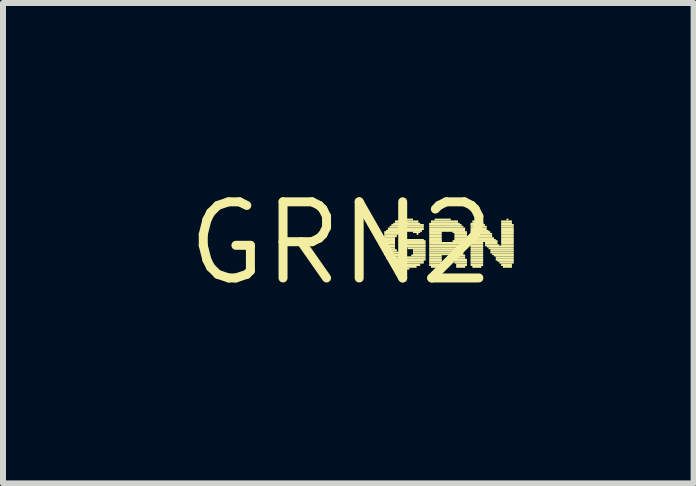
<source format=kicad_pcb>
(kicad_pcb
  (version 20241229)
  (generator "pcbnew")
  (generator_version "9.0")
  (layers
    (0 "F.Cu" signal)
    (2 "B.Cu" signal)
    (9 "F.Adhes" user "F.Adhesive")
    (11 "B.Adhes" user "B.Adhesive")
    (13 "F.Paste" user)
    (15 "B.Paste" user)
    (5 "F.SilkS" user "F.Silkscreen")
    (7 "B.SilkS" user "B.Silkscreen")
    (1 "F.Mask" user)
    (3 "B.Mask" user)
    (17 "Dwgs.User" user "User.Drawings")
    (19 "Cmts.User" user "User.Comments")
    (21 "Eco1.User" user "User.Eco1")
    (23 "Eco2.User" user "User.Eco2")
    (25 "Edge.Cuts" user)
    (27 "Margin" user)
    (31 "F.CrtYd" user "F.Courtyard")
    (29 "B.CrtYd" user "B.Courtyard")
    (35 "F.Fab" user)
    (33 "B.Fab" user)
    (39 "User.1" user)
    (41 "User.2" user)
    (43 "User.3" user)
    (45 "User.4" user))
  (footprint "GRN2"
    (layer "F.Cu")
    (at 2.638 1.006)
    (property "Reference" "GRN2" (at 0 0 0) (layer "F.SilkS") (effects (font (size 1.27 1.27) (thickness 0.15))))
    (attr through_hole)
    (fp_poly (pts (xy 0.69 -0.07) (xy 0.9 -0.07) (xy 0.9 -0.1) (xy 0.69 -0.1)) (stroke (width 0) (type solid)) (fill yes) (layer "F.SilkS"))
    (fp_poly (pts (xy 0.69 -0.04) (xy 0.9 -0.04) (xy 0.9 -0.07) (xy 0.69 -0.07)) (stroke (width 0) (type solid)) (fill yes) (layer "F.SilkS"))
    (fp_poly (pts (xy 0.69 -0.02) (xy 0.9 -0.02) (xy 0.9 -0.05) (xy 0.69 -0.05)) (stroke (width 0) (type solid)) (fill yes) (layer "F.SilkS"))
    (fp_poly (pts (xy 0.69 0.02) (xy 0.9 0.02) (xy 0.9 -0.02) (xy 0.69 -0.02)) (stroke (width 0) (type solid)) (fill yes) (layer "F.SilkS"))
    (fp_poly (pts (xy 0.69 0.05) (xy 0.9 0.05) (xy 0.9 0.02) (xy 0.69 0.02)) (stroke (width 0) (type solid)) (fill yes) (layer "F.SilkS"))
    (fp_poly (pts (xy 0.69 0.07) (xy 0.9 0.07) (xy 0.9 0.04) (xy 0.69 0.04)) (stroke (width 0) (type solid)) (fill yes) (layer "F.SilkS"))
    (fp_poly (pts (xy 0.69 0.1) (xy 0.9 0.1) (xy 0.9 0.07) (xy 0.69 0.07)) (stroke (width 0) (type solid)) (fill yes) (layer "F.SilkS"))
    (fp_poly (pts (xy 0.72 -0.17) (xy 0.99 -0.17) (xy 0.99 -0.2) (xy 0.72 -0.2)) (stroke (width 0) (type solid)) (fill yes) (layer "F.SilkS"))
    (fp_poly (pts (xy 0.72 -0.14) (xy 0.96 -0.14) (xy 0.96 -0.17) (xy 0.72 -0.17)) (stroke (width 0) (type solid)) (fill yes) (layer "F.SilkS"))
    (fp_poly (pts (xy 0.72 -0.1) (xy 0.93 -0.1) (xy 0.93 -0.14) (xy 0.72 -0.14)) (stroke (width 0) (type solid)) (fill yes) (layer "F.SilkS"))
    (fp_poly (pts (xy 0.72 0.14) (xy 0.93 0.14) (xy 0.93 0.1) (xy 0.72 0.1)) (stroke (width 0) (type solid)) (fill yes) (layer "F.SilkS"))
    (fp_poly (pts (xy 0.72 0.17) (xy 0.96 0.17) (xy 0.96 0.14) (xy 0.72 0.14)) (stroke (width 0) (type solid)) (fill yes) (layer "F.SilkS"))
    (fp_poly (pts (xy 0.72 0.2) (xy 0.99 0.2) (xy 0.99 0.17) (xy 0.72 0.17)) (stroke (width 0) (type solid)) (fill yes) (layer "F.SilkS"))
    (fp_poly (pts (xy 0.75 -0.19) (xy 1.35 -0.19) (xy 1.35 -0.22) (xy 0.75 -0.22)) (stroke (width 0) (type solid)) (fill yes) (layer "F.SilkS"))
    (fp_poly (pts (xy 0.75 0.22) (xy 1.05 0.22) (xy 1.05 0.19) (xy 0.75 0.19)) (stroke (width 0) (type solid)) (fill yes) (layer "F.SilkS"))
    (fp_poly (pts (xy 0.75 0.26) (xy 1.41 0.26) (xy 1.41 0.22) (xy 0.75 0.22)) (stroke (width 0) (type solid)) (fill yes) (layer "F.SilkS"))
    (fp_poly (pts (xy 0.78 -0.22) (xy 1.38 -0.22) (xy 1.38 -0.26) (xy 0.78 -0.26)) (stroke (width 0) (type solid)) (fill yes) (layer "F.SilkS"))
    (fp_poly (pts (xy 0.78 0.29) (xy 1.41 0.29) (xy 1.41 0.26) (xy 0.78 0.26)) (stroke (width 0) (type solid)) (fill yes) (layer "F.SilkS"))
    (fp_poly (pts (xy 0.81 -0.26) (xy 1.38 -0.26) (xy 1.38 -0.29) (xy 0.81 -0.29)) (stroke (width 0) (type solid)) (fill yes) (layer "F.SilkS"))
    (fp_poly (pts (xy 0.81 0.31) (xy 1.38 0.31) (xy 1.38 0.28) (xy 0.81 0.28)) (stroke (width 0) (type solid)) (fill yes) (layer "F.SilkS"))
    (fp_poly (pts (xy 0.84 -0.29) (xy 1.38 -0.29) (xy 1.38 -0.32) (xy 0.84 -0.32)) (stroke (width 0) (type solid)) (fill yes) (layer "F.SilkS"))
    (fp_poly (pts (xy 0.84 0.34) (xy 1.38 0.34) (xy 1.38 0.31) (xy 0.84 0.31)) (stroke (width 0) (type solid)) (fill yes) (layer "F.SilkS"))
    (fp_poly (pts (xy 0.87 -0.31) (xy 1.32 -0.31) (xy 1.32 -0.34) (xy 0.87 -0.34)) (stroke (width 0) (type solid)) (fill yes) (layer "F.SilkS"))
    (fp_poly (pts (xy 0.9 -0.34) (xy 1.29 -0.34) (xy 1.29 -0.38) (xy 0.9 -0.38)) (stroke (width 0) (type solid)) (fill yes) (layer "F.SilkS"))
    (fp_poly (pts (xy 0.9 0.38) (xy 1.32 0.38) (xy 1.32 0.34) (xy 0.9 0.34)) (stroke (width 0) (type solid)) (fill yes) (layer "F.SilkS"))
    (fp_poly (pts (xy 0.96 0.41) (xy 1.26 0.41) (xy 1.26 0.38) (xy 0.96 0.38)) (stroke (width 0) (type solid)) (fill yes) (layer "F.SilkS"))
    (fp_poly (pts (xy 0.99 -0.38) (xy 1.2 -0.38) (xy 1.2 -0.41) (xy 0.99 -0.41)) (stroke (width 0) (type solid)) (fill yes) (layer "F.SilkS"))
    (fp_poly (pts (xy 1.05 -0.02) (xy 1.41 -0.02) (xy 1.41 -0.05) (xy 1.05 -0.05)) (stroke (width 0) (type solid)) (fill yes) (layer "F.SilkS"))
    (fp_poly (pts (xy 1.05 0.02) (xy 1.41 0.02) (xy 1.41 -0.02) (xy 1.05 -0.02)) (stroke (width 0) (type solid)) (fill yes) (layer "F.SilkS"))
    (fp_poly (pts (xy 1.05 0.05) (xy 1.41 0.05) (xy 1.41 0.02) (xy 1.05 0.02)) (stroke (width 0) (type solid)) (fill yes) (layer "F.SilkS"))
    (fp_poly (pts (xy 1.05 0.07) (xy 1.41 0.07) (xy 1.41 0.04) (xy 1.05 0.04)) (stroke (width 0) (type solid)) (fill yes) (layer "F.SilkS"))
    (fp_poly (pts (xy 1.08 -0.04) (xy 1.38 -0.04) (xy 1.38 -0.07) (xy 1.08 -0.07)) (stroke (width 0) (type solid)) (fill yes) (layer "F.SilkS"))
    (fp_poly (pts (xy 1.08 0.44) (xy 1.14 0.44) (xy 1.14 0.41) (xy 1.08 0.41)) (stroke (width 0) (type solid)) (fill yes) (layer "F.SilkS"))
    (fp_poly (pts (xy 1.11 0.1) (xy 1.41 0.1) (xy 1.41 0.07) (xy 1.11 0.07)) (stroke (width 0) (type solid)) (fill yes) (layer "F.SilkS"))
    (fp_poly (pts (xy 1.17 0.22) (xy 1.41 0.22) (xy 1.41 0.19) (xy 1.17 0.19)) (stroke (width 0) (type solid)) (fill yes) (layer "F.SilkS"))
    (fp_poly (pts (xy 1.2 -0.17) (xy 1.32 -0.17) (xy 1.32 -0.2) (xy 1.2 -0.2)) (stroke (width 0) (type solid)) (fill yes) (layer "F.SilkS"))
    (fp_poly (pts (xy 1.2 0.14) (xy 1.41 0.14) (xy 1.41 0.1) (xy 1.2 0.1)) (stroke (width 0) (type solid)) (fill yes) (layer "F.SilkS"))
    (fp_poly (pts (xy 1.2 0.17) (xy 1.41 0.17) (xy 1.41 0.14) (xy 1.2 0.14)) (stroke (width 0) (type solid)) (fill yes) (layer "F.SilkS"))
    (fp_poly (pts (xy 1.2 0.2) (xy 1.41 0.2) (xy 1.41 0.17) (xy 1.2 0.17)) (stroke (width 0) (type solid)) (fill yes) (layer "F.SilkS"))
    (fp_poly (pts (xy 1.26 -0.14) (xy 1.29 -0.14) (xy 1.29 -0.17) (xy 1.26 -0.17)) (stroke (width 0) (type solid)) (fill yes) (layer "F.SilkS"))
    (fp_poly (pts (xy 1.47 -0.31) (xy 1.98 -0.31) (xy 1.98 -0.34) (xy 1.47 -0.34)) (stroke (width 0) (type solid)) (fill yes) (layer "F.SilkS"))
    (fp_poly (pts (xy 1.47 -0.29) (xy 2.01 -0.29) (xy 2.01 -0.32) (xy 1.47 -0.32)) (stroke (width 0) (type solid)) (fill yes) (layer "F.SilkS"))
    (fp_poly (pts (xy 1.47 -0.26) (xy 2.04 -0.26) (xy 2.04 -0.29) (xy 1.47 -0.29)) (stroke (width 0) (type solid)) (fill yes) (layer "F.SilkS"))
    (fp_poly (pts (xy 1.47 -0.22) (xy 2.07 -0.22) (xy 2.07 -0.26) (xy 1.47 -0.26)) (stroke (width 0) (type solid)) (fill yes) (layer "F.SilkS"))
    (fp_poly (pts (xy 1.47 -0.19) (xy 2.07 -0.19) (xy 2.07 -0.22) (xy 1.47 -0.22)) (stroke (width 0) (type solid)) (fill yes) (layer "F.SilkS"))
    (fp_poly (pts (xy 1.47 -0.17) (xy 1.68 -0.17) (xy 1.68 -0.2) (xy 1.47 -0.2)) (stroke (width 0) (type solid)) (fill yes) (layer "F.SilkS"))
    (fp_poly (pts (xy 1.47 -0.14) (xy 1.68 -0.14) (xy 1.68 -0.17) (xy 1.47 -0.17)) (stroke (width 0) (type solid)) (fill yes) (layer "F.SilkS"))
    (fp_poly (pts (xy 1.47 -0.1) (xy 1.68 -0.1) (xy 1.68 -0.14) (xy 1.47 -0.14)) (stroke (width 0) (type solid)) (fill yes) (layer "F.SilkS"))
    (fp_poly (pts (xy 1.47 -0.07) (xy 1.68 -0.07) (xy 1.68 -0.1) (xy 1.47 -0.1)) (stroke (width 0) (type solid)) (fill yes) (layer "F.SilkS"))
    (fp_poly (pts (xy 1.47 -0.04) (xy 1.68 -0.04) (xy 1.68 -0.07) (xy 1.47 -0.07)) (stroke (width 0) (type solid)) (fill yes) (layer "F.SilkS"))
    (fp_poly (pts (xy 1.47 -0.02) (xy 1.68 -0.02) (xy 1.68 -0.05) (xy 1.47 -0.05)) (stroke (width 0) (type solid)) (fill yes) (layer "F.SilkS"))
    (fp_poly (pts (xy 1.47 0.02) (xy 2.1 0.02) (xy 2.1 -0.02) (xy 1.47 -0.02)) (stroke (width 0) (type solid)) (fill yes) (layer "F.SilkS"))
    (fp_poly (pts (xy 1.47 0.05) (xy 2.07 0.05) (xy 2.07 0.02) (xy 1.47 0.02)) (stroke (width 0) (type solid)) (fill yes) (layer "F.SilkS"))
    (fp_poly (pts (xy 1.47 0.07) (xy 2.07 0.07) (xy 2.07 0.04) (xy 1.47 0.04)) (stroke (width 0) (type solid)) (fill yes) (layer "F.SilkS"))
    (fp_poly (pts (xy 1.47 0.1) (xy 2.04 0.1) (xy 2.04 0.07) (xy 1.47 0.07)) (stroke (width 0) (type solid)) (fill yes) (layer "F.SilkS"))
    (fp_poly (pts (xy 1.47 0.14) (xy 2.04 0.14) (xy 2.04 0.1) (xy 1.47 0.1)) (stroke (width 0) (type solid)) (fill yes) (layer "F.SilkS"))
    (fp_poly (pts (xy 1.47 0.17) (xy 2.04 0.17) (xy 2.04 0.14) (xy 1.47 0.14)) (stroke (width 0) (type solid)) (fill yes) (layer "F.SilkS"))
    (fp_poly (pts (xy 1.47 0.2) (xy 2.04 0.2) (xy 2.04 0.17) (xy 1.47 0.17)) (stroke (width 0) (type solid)) (fill yes) (layer "F.SilkS"))
    (fp_poly (pts (xy 1.47 0.22) (xy 1.68 0.22) (xy 1.68 0.19) (xy 1.47 0.19)) (stroke (width 0) (type solid)) (fill yes) (layer "F.SilkS"))
    (fp_poly (pts (xy 1.47 0.26) (xy 1.68 0.26) (xy 1.68 0.22) (xy 1.47 0.22)) (stroke (width 0) (type solid)) (fill yes) (layer "F.SilkS"))
    (fp_poly (pts (xy 1.47 0.29) (xy 1.68 0.29) (xy 1.68 0.26) (xy 1.47 0.26)) (stroke (width 0) (type solid)) (fill yes) (layer "F.SilkS"))
    (fp_poly (pts (xy 1.47 0.31) (xy 1.68 0.31) (xy 1.68 0.28) (xy 1.47 0.28)) (stroke (width 0) (type solid)) (fill yes) (layer "F.SilkS"))
    (fp_poly (pts (xy 1.47 0.34) (xy 1.68 0.34) (xy 1.68 0.31) (xy 1.47 0.31)) (stroke (width 0) (type solid)) (fill yes) (layer "F.SilkS"))
    (fp_poly (pts (xy 1.47 0.38) (xy 1.68 0.38) (xy 1.68 0.34) (xy 1.47 0.34)) (stroke (width 0) (type solid)) (fill yes) (layer "F.SilkS"))
    (fp_poly (pts (xy 1.5 -0.34) (xy 1.95 -0.34) (xy 1.95 -0.38) (xy 1.5 -0.38)) (stroke (width 0) (type solid)) (fill yes) (layer "F.SilkS"))
    (fp_poly (pts (xy 1.5 0.41) (xy 1.65 0.41) (xy 1.65 0.38) (xy 1.5 0.38)) (stroke (width 0) (type solid)) (fill yes) (layer "F.SilkS"))
    (fp_poly (pts (xy 1.56 -0.38) (xy 1.83 -0.38) (xy 1.83 -0.41) (xy 1.56 -0.41)) (stroke (width 0) (type solid)) (fill yes) (layer "F.SilkS"))
    (fp_poly (pts (xy 1.86 -0.17) (xy 2.1 -0.17) (xy 2.1 -0.2) (xy 1.86 -0.2)) (stroke (width 0) (type solid)) (fill yes) (layer "F.SilkS"))
    (fp_poly (pts (xy 1.86 -0.02) (xy 2.1 -0.02) (xy 2.1 -0.05) (xy 1.86 -0.05)) (stroke (width 0) (type solid)) (fill yes) (layer "F.SilkS"))
    (fp_poly (pts (xy 1.86 0.22) (xy 2.07 0.22) (xy 2.07 0.19) (xy 1.86 0.19)) (stroke (width 0) (type solid)) (fill yes) (layer "F.SilkS"))
    (fp_poly (pts (xy 1.86 0.26) (xy 2.07 0.26) (xy 2.07 0.22) (xy 1.86 0.22)) (stroke (width 0) (type solid)) (fill yes) (layer "F.SilkS"))
    (fp_poly (pts (xy 1.86 0.29) (xy 2.1 0.29) (xy 2.1 0.26) (xy 1.86 0.26)) (stroke (width 0) (type solid)) (fill yes) (layer "F.SilkS"))
    (fp_poly (pts (xy 1.89 -0.14) (xy 2.1 -0.14) (xy 2.1 -0.17) (xy 1.89 -0.17)) (stroke (width 0) (type solid)) (fill yes) (layer "F.SilkS"))
    (fp_poly (pts (xy 1.89 -0.1) (xy 2.1 -0.1) (xy 2.1 -0.14) (xy 1.89 -0.14)) (stroke (width 0) (type solid)) (fill yes) (layer "F.SilkS"))
    (fp_poly (pts (xy 1.89 -0.07) (xy 2.1 -0.07) (xy 2.1 -0.1) (xy 1.89 -0.1)) (stroke (width 0) (type solid)) (fill yes) (layer "F.SilkS"))
    (fp_poly (pts (xy 1.89 -0.04) (xy 2.1 -0.04) (xy 2.1 -0.07) (xy 1.89 -0.07)) (stroke (width 0) (type solid)) (fill yes) (layer "F.SilkS"))
    (fp_poly (pts (xy 1.89 0.31) (xy 2.1 0.31) (xy 2.1 0.28) (xy 1.89 0.28)) (stroke (width 0) (type solid)) (fill yes) (layer "F.SilkS"))
    (fp_poly (pts (xy 1.89 0.34) (xy 2.1 0.34) (xy 2.1 0.31) (xy 1.89 0.31)) (stroke (width 0) (type solid)) (fill yes) (layer "F.SilkS"))
    (fp_poly (pts (xy 1.92 0.38) (xy 2.1 0.38) (xy 2.1 0.34) (xy 1.92 0.34)) (stroke (width 0) (type solid)) (fill yes) (layer "F.SilkS"))
    (fp_poly (pts (xy 1.92 0.41) (xy 2.07 0.41) (xy 2.07 0.38) (xy 1.92 0.38)) (stroke (width 0) (type solid)) (fill yes) (layer "F.SilkS"))
    (fp_poly (pts (xy 2.16 -0.31) (xy 2.37 -0.31) (xy 2.37 -0.34) (xy 2.16 -0.34)) (stroke (width 0) (type solid)) (fill yes) (layer "F.SilkS"))
    (fp_poly (pts (xy 2.16 -0.29) (xy 2.4 -0.29) (xy 2.4 -0.32) (xy 2.16 -0.32)) (stroke (width 0) (type solid)) (fill yes) (layer "F.SilkS"))
    (fp_poly (pts (xy 2.16 -0.26) (xy 2.43 -0.26) (xy 2.43 -0.29) (xy 2.16 -0.29)) (stroke (width 0) (type solid)) (fill yes) (layer "F.SilkS"))
    (fp_poly (pts (xy 2.16 -0.22) (xy 2.43 -0.22) (xy 2.43 -0.26) (xy 2.16 -0.26)) (stroke (width 0) (type solid)) (fill yes) (layer "F.SilkS"))
    (fp_poly (pts (xy 2.16 -0.19) (xy 2.46 -0.19) (xy 2.46 -0.22) (xy 2.16 -0.22)) (stroke (width 0) (type solid)) (fill yes) (layer "F.SilkS"))
    (fp_poly (pts (xy 2.16 -0.17) (xy 2.49 -0.17) (xy 2.49 -0.2) (xy 2.16 -0.2)) (stroke (width 0) (type solid)) (fill yes) (layer "F.SilkS"))
    (fp_poly (pts (xy 2.16 -0.14) (xy 2.52 -0.14) (xy 2.52 -0.17) (xy 2.16 -0.17)) (stroke (width 0) (type solid)) (fill yes) (layer "F.SilkS"))
    (fp_poly (pts (xy 2.16 -0.1) (xy 2.52 -0.1) (xy 2.52 -0.14) (xy 2.16 -0.14)) (stroke (width 0) (type solid)) (fill yes) (layer "F.SilkS"))
    (fp_poly (pts (xy 2.16 -0.07) (xy 2.55 -0.07) (xy 2.55 -0.1) (xy 2.16 -0.1)) (stroke (width 0) (type solid)) (fill yes) (layer "F.SilkS"))
    (fp_poly (pts (xy 2.16 -0.04) (xy 2.58 -0.04) (xy 2.58 -0.07) (xy 2.16 -0.07)) (stroke (width 0) (type solid)) (fill yes) (layer "F.SilkS"))
    (fp_poly (pts (xy 2.16 -0.02) (xy 2.61 -0.02) (xy 2.61 -0.05) (xy 2.16 -0.05)) (stroke (width 0) (type solid)) (fill yes) (layer "F.SilkS"))
    (fp_poly (pts (xy 2.16 0.02) (xy 2.37 0.02) (xy 2.37 -0.02) (xy 2.16 -0.02)) (stroke (width 0) (type solid)) (fill yes) (layer "F.SilkS"))
    (fp_poly (pts (xy 2.16 0.05) (xy 2.37 0.05) (xy 2.37 0.02) (xy 2.16 0.02)) (stroke (width 0) (type solid)) (fill yes) (layer "F.SilkS"))
    (fp_poly (pts (xy 2.16 0.07) (xy 2.37 0.07) (xy 2.37 0.04) (xy 2.16 0.04)) (stroke (width 0) (type solid)) (fill yes) (layer "F.SilkS"))
    (fp_poly (pts (xy 2.16 0.1) (xy 2.37 0.1) (xy 2.37 0.07) (xy 2.16 0.07)) (stroke (width 0) (type solid)) (fill yes) (layer "F.SilkS"))
    (fp_poly (pts (xy 2.16 0.14) (xy 2.37 0.14) (xy 2.37 0.1) (xy 2.16 0.1)) (stroke (width 0) (type solid)) (fill yes) (layer "F.SilkS"))
    (fp_poly (pts (xy 2.16 0.17) (xy 2.37 0.17) (xy 2.37 0.14) (xy 2.16 0.14)) (stroke (width 0) (type solid)) (fill yes) (layer "F.SilkS"))
    (fp_poly (pts (xy 2.16 0.2) (xy 2.37 0.2) (xy 2.37 0.17) (xy 2.16 0.17)) (stroke (width 0) (type solid)) (fill yes) (layer "F.SilkS"))
    (fp_poly (pts (xy 2.16 0.22) (xy 2.37 0.22) (xy 2.37 0.19) (xy 2.16 0.19)) (stroke (width 0) (type solid)) (fill yes) (layer "F.SilkS"))
    (fp_poly (pts (xy 2.16 0.26) (xy 2.37 0.26) (xy 2.37 0.22) (xy 2.16 0.22)) (stroke (width 0) (type solid)) (fill yes) (layer "F.SilkS"))
    (fp_poly (pts (xy 2.16 0.29) (xy 2.37 0.29) (xy 2.37 0.26) (xy 2.16 0.26)) (stroke (width 0) (type solid)) (fill yes) (layer "F.SilkS"))
    (fp_poly (pts (xy 2.16 0.31) (xy 2.37 0.31) (xy 2.37 0.28) (xy 2.16 0.28)) (stroke (width 0) (type solid)) (fill yes) (layer "F.SilkS"))
    (fp_poly (pts (xy 2.16 0.34) (xy 2.37 0.34) (xy 2.37 0.31) (xy 2.16 0.31)) (stroke (width 0) (type solid)) (fill yes) (layer "F.SilkS"))
    (fp_poly (pts (xy 2.16 0.38) (xy 2.37 0.38) (xy 2.37 0.34) (xy 2.16 0.34)) (stroke (width 0) (type solid)) (fill yes) (layer "F.SilkS"))
    (fp_poly (pts (xy 2.19 -0.34) (xy 2.34 -0.34) (xy 2.34 -0.38) (xy 2.19 -0.38)) (stroke (width 0) (type solid)) (fill yes) (layer "F.SilkS"))
    (fp_poly (pts (xy 2.19 0.41) (xy 2.34 0.41) (xy 2.34 0.38) (xy 2.19 0.38)) (stroke (width 0) (type solid)) (fill yes) (layer "F.SilkS"))
    (fp_poly (pts (xy 2.25 -0.38) (xy 2.28 -0.38) (xy 2.28 -0.41) (xy 2.25 -0.41)) (stroke (width 0) (type solid)) (fill yes) (layer "F.SilkS"))
    (fp_poly (pts (xy 2.4 0.02) (xy 2.61 0.02) (xy 2.61 -0.02) (xy 2.4 -0.02)) (stroke (width 0) (type solid)) (fill yes) (layer "F.SilkS"))
    (fp_poly (pts (xy 2.4 0.05) (xy 2.64 0.05) (xy 2.64 0.02) (xy 2.4 0.02)) (stroke (width 0) (type solid)) (fill yes) (layer "F.SilkS"))
    (fp_poly (pts (xy 2.43 0.07) (xy 2.88 0.07) (xy 2.88 0.04) (xy 2.43 0.04)) (stroke (width 0) (type solid)) (fill yes) (layer "F.SilkS"))
    (fp_poly (pts (xy 2.46 0.1) (xy 2.88 0.1) (xy 2.88 0.07) (xy 2.46 0.07)) (stroke (width 0) (type solid)) (fill yes) (layer "F.SilkS"))
    (fp_poly (pts (xy 2.49 0.14) (xy 2.88 0.14) (xy 2.88 0.1) (xy 2.49 0.1)) (stroke (width 0) (type solid)) (fill yes) (layer "F.SilkS"))
    (fp_poly (pts (xy 2.49 0.17) (xy 2.88 0.17) (xy 2.88 0.14) (xy 2.49 0.14)) (stroke (width 0) (type solid)) (fill yes) (layer "F.SilkS"))
    (fp_poly (pts (xy 2.52 0.2) (xy 2.88 0.2) (xy 2.88 0.17) (xy 2.52 0.17)) (stroke (width 0) (type solid)) (fill yes) (layer "F.SilkS"))
    (fp_poly (pts (xy 2.55 0.22) (xy 2.88 0.22) (xy 2.88 0.19) (xy 2.55 0.19)) (stroke (width 0) (type solid)) (fill yes) (layer "F.SilkS"))
    (fp_poly (pts (xy 2.58 0.26) (xy 2.88 0.26) (xy 2.88 0.22) (xy 2.58 0.22)) (stroke (width 0) (type solid)) (fill yes) (layer "F.SilkS"))
    (fp_poly (pts (xy 2.58 0.29) (xy 2.88 0.29) (xy 2.88 0.26) (xy 2.58 0.26)) (stroke (width 0) (type solid)) (fill yes) (layer "F.SilkS"))
    (fp_poly (pts (xy 2.61 0.31) (xy 2.88 0.31) (xy 2.88 0.28) (xy 2.61 0.28)) (stroke (width 0) (type solid)) (fill yes) (layer "F.SilkS"))
    (fp_poly (pts (xy 2.64 0.34) (xy 2.88 0.34) (xy 2.88 0.31) (xy 2.64 0.31)) (stroke (width 0) (type solid)) (fill yes) (layer "F.SilkS"))
    (fp_poly (pts (xy 2.67 -0.34) (xy 2.85 -0.34) (xy 2.85 -0.38) (xy 2.67 -0.38)) (stroke (width 0) (type solid)) (fill yes) (layer "F.SilkS"))
    (fp_poly (pts (xy 2.67 -0.31) (xy 2.85 -0.31) (xy 2.85 -0.34) (xy 2.67 -0.34)) (stroke (width 0) (type solid)) (fill yes) (layer "F.SilkS"))
    (fp_poly (pts (xy 2.67 -0.29) (xy 2.88 -0.29) (xy 2.88 -0.32) (xy 2.67 -0.32)) (stroke (width 0) (type solid)) (fill yes) (layer "F.SilkS"))
    (fp_poly (pts (xy 2.67 -0.26) (xy 2.88 -0.26) (xy 2.88 -0.29) (xy 2.67 -0.29)) (stroke (width 0) (type solid)) (fill yes) (layer "F.SilkS"))
    (fp_poly (pts (xy 2.67 -0.22) (xy 2.88 -0.22) (xy 2.88 -0.26) (xy 2.67 -0.26)) (stroke (width 0) (type solid)) (fill yes) (layer "F.SilkS"))
    (fp_poly (pts (xy 2.67 -0.19) (xy 2.88 -0.19) (xy 2.88 -0.22) (xy 2.67 -0.22)) (stroke (width 0) (type solid)) (fill yes) (layer "F.SilkS"))
    (fp_poly (pts (xy 2.67 -0.17) (xy 2.88 -0.17) (xy 2.88 -0.2) (xy 2.67 -0.2)) (stroke (width 0) (type solid)) (fill yes) (layer "F.SilkS"))
    (fp_poly (pts (xy 2.67 -0.14) (xy 2.88 -0.14) (xy 2.88 -0.17) (xy 2.67 -0.17)) (stroke (width 0) (type solid)) (fill yes) (layer "F.SilkS"))
    (fp_poly (pts (xy 2.67 -0.1) (xy 2.88 -0.1) (xy 2.88 -0.14) (xy 2.67 -0.14)) (stroke (width 0) (type solid)) (fill yes) (layer "F.SilkS"))
    (fp_poly (pts (xy 2.67 -0.07) (xy 2.88 -0.07) (xy 2.88 -0.1) (xy 2.67 -0.1)) (stroke (width 0) (type solid)) (fill yes) (layer "F.SilkS"))
    (fp_poly (pts (xy 2.67 -0.04) (xy 2.88 -0.04) (xy 2.88 -0.07) (xy 2.67 -0.07)) (stroke (width 0) (type solid)) (fill yes) (layer "F.SilkS"))
    (fp_poly (pts (xy 2.67 -0.02) (xy 2.88 -0.02) (xy 2.88 -0.05) (xy 2.67 -0.05)) (stroke (width 0) (type solid)) (fill yes) (layer "F.SilkS"))
    (fp_poly (pts (xy 2.67 0.02) (xy 2.88 0.02) (xy 2.88 -0.02) (xy 2.67 -0.02)) (stroke (width 0) (type solid)) (fill yes) (layer "F.SilkS"))
    (fp_poly (pts (xy 2.67 0.05) (xy 2.88 0.05) (xy 2.88 0.02) (xy 2.67 0.02)) (stroke (width 0) (type solid)) (fill yes) (layer "F.SilkS"))
    (fp_poly (pts (xy 2.67 0.38) (xy 2.85 0.38) (xy 2.85 0.34) (xy 2.67 0.34)) (stroke (width 0) (type solid)) (fill yes) (layer "F.SilkS"))
    (fp_poly (pts (xy 2.7 0.41) (xy 2.85 0.41) (xy 2.85 0.38) (xy 2.7 0.38)) (stroke (width 0) (type solid)) (fill yes) (layer "F.SilkS"))
    (fp_poly (pts (xy 2.76 -0.38) (xy 2.79 -0.38) (xy 2.79 -0.41) (xy 2.76 -0.41)) (stroke (width 0) (type solid)) (fill yes) (layer "F.SilkS")))
  (gr_rect
    (start -3 -3)
    (end 8.518 5.012)
    (stroke (width 0.1) (type default))
    (fill no)
    (layer "Edge.Cuts")))
</source>
